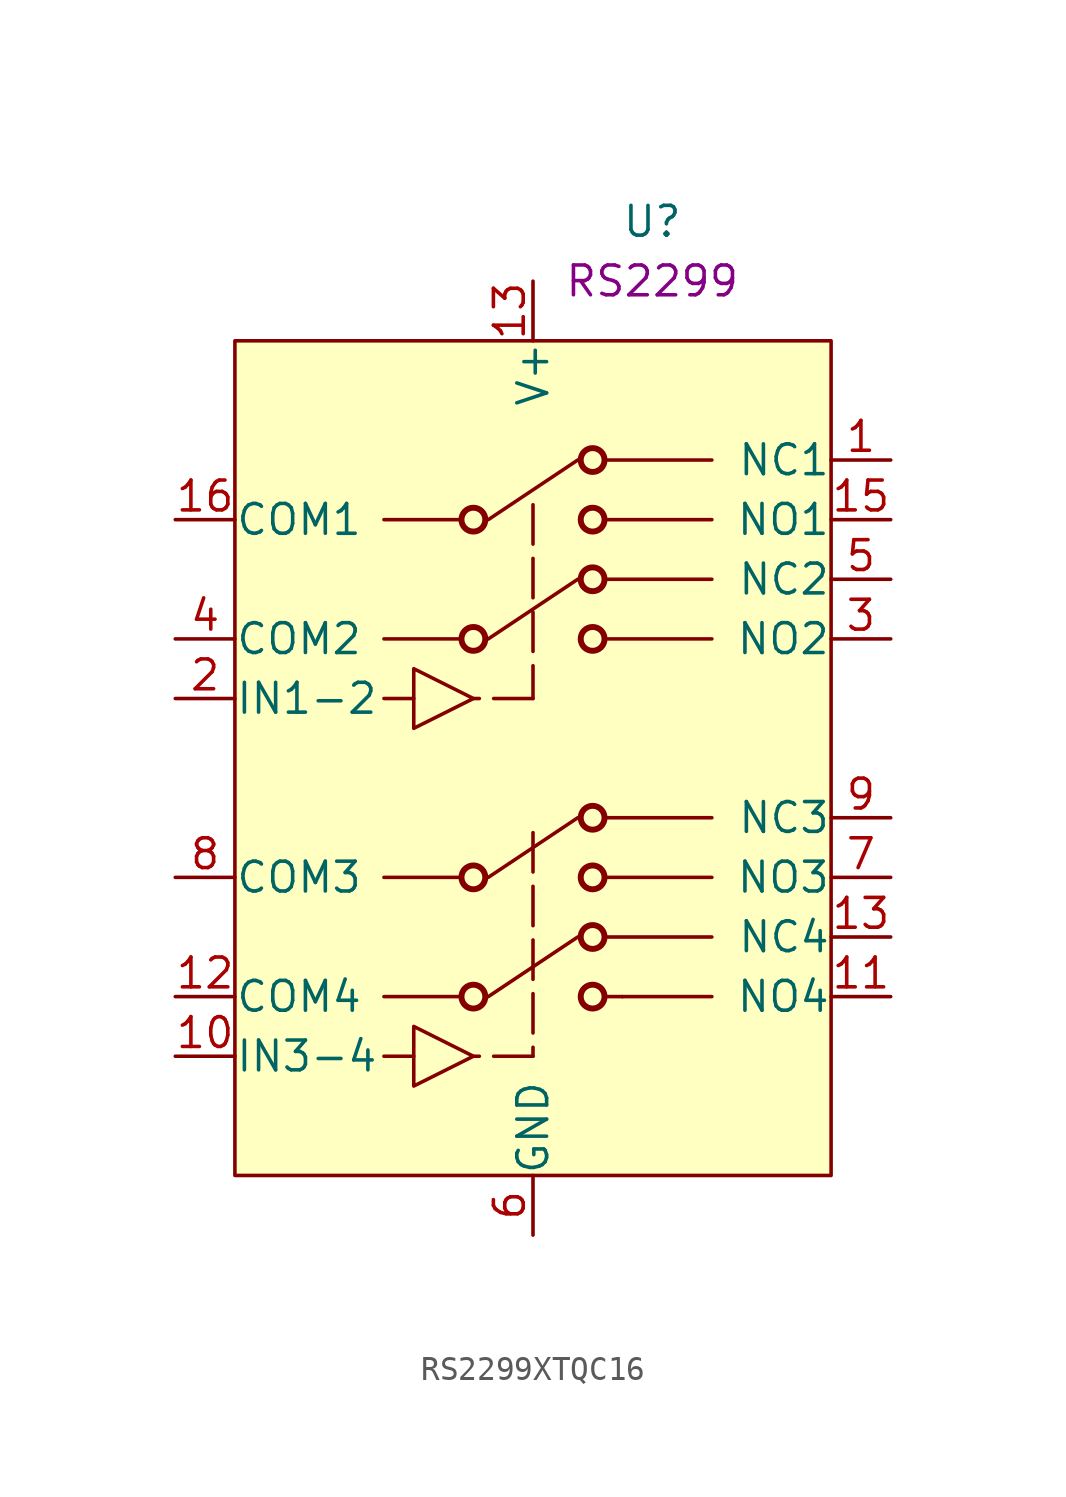
<source format=kicad_sym>
(kicad_symbol_lib
  (version 20220914)
  (generator kicad_symbol_editor)
  (symbol "RS2299XTQC16"
    (pin_names
      (offset 0.002))
    (property "Reference" "U"
      (at 5.08 22.86 0)
      (effects (font (size 1.27 1.27))))
    (property "UserValue" "RS2299"
      (at 5.08 20.32 0)
      (effects (font (size 1.27 1.27))))
    (symbol "RS2299XTQC16_0_0"
      (pin bidirectional line (at 15.24 12.7 180) (length 2.54) (name "NC1" (effects (font (size 1.27 1.27)))) (number "1" (effects (font (size 1.27 1.27)))))
      (pin input line (at -15.24 -12.7 0) (length 2.54) (name "IN3-4" (effects (font (size 1.27 1.27)))) (number "10" (effects (font (size 1.27 1.27)))))
      (pin bidirectional line (at 15.24 -10.16 180) (length 2.54) (name "NO4" (effects (font (size 1.27 1.27)))) (number "11" (effects (font (size 1.27 1.27)))))
      (pin bidirectional line (at 15.24 -7.62 180) (length 2.54) (name "NC4" (effects (font (size 1.27 1.27)))) (number "13" (effects (font (size 1.27 1.27)))))
      (pin bidirectional line (at 15.24 10.16 180) (length 2.54) (name "NO1" (effects (font (size 1.27 1.27)))) (number "15" (effects (font (size 1.27 1.27)))))
      (pin input line (at -15.24 2.54 0) (length 2.54) (name "IN1-2" (effects (font (size 1.27 1.27)))) (number "2" (effects (font (size 1.27 1.27)))))
      (pin bidirectional line (at 15.24 5.08 180) (length 2.54) (name "NO2" (effects (font (size 1.27 1.27)))) (number "3" (effects (font (size 1.27 1.27)))))
      (pin bidirectional line (at 15.24 7.62 180) (length 2.54) (name "NC2" (effects (font (size 1.27 1.27)))) (number "5" (effects (font (size 1.27 1.27)))))
      (pin bidirectional line (at 15.24 -5.08 180) (length 2.54) (name "NO3" (effects (font (size 1.27 1.27)))) (number "7" (effects (font (size 1.27 1.27)))))
      (pin bidirectional line (at 15.24 -2.54 180) (length 2.54) (name "NC3" (effects (font (size 1.27 1.27)))) (number "9" (effects (font (size 1.27 1.27))))))
    (symbol "RS2299XTQC16_1_0"
      (pin passive line (at -15.24 -10.16 0) (length 2.54) (name "COM4" (effects (font (size 1.27 1.27)))) (number "12" (effects (font (size 1.27 1.27)))))
      (pin power_in line (at 0 20.32 270) (length 2.54) (name "V+" (effects (font (size 1.27 1.27)))) (number "13" (effects (font (size 1.27 1.27)))))
      (pin passive line (at -15.24 10.16 0) (length 2.54) (name "COM1" (effects (font (size 1.27 1.27)))) (number "16" (effects (font (size 1.27 1.27)))))
      (pin passive line (at -15.24 5.08 0) (length 2.54) (name "COM2" (effects (font (size 1.27 1.27)))) (number "4" (effects (font (size 1.27 1.27)))))
      (pin power_in line (at 0 -20.32 90) (length 2.54) (name "GND" (effects (font (size 1.27 1.27)))) (number "6" (effects (font (size 1.27 1.27)))))
      (pin passive line (at -15.24 -5.08 0) (length 2.54) (name "COM3" (effects (font (size 1.27 1.27)))) (number "8" (effects (font (size 1.27 1.27))))))
    (symbol "RS2299XTQC16_1_1"
      (rectangle (start -12.7 17.78) (end 12.7 -17.78) (stroke (width 0) (type default)) (fill (type background)))
      (circle (center -2.54 -10.16) (radius 0.508) (stroke (width 0.254) (type default)) (fill (type none)))
      (circle (center -2.54 -5.08) (radius 0.508) (stroke (width 0.254) (type default)) (fill (type none)))
      (circle (center -2.54 5.08) (radius 0.508) (stroke (width 0.254) (type default)) (fill (type none)))
      (circle (center -2.54 10.16) (radius 0.508) (stroke (width 0.254) (type default)) (fill (type none)))
      (polyline (pts (xy -5.08 -12.7) (xy -6.35 -12.7)) (stroke (width 0) (type default)) (fill (type none)))
      (polyline (pts (xy -5.08 2.54) (xy -6.35 2.54)) (stroke (width 0) (type default)) (fill (type none)))
      (polyline (pts (xy -3.048 -10.16) (xy -6.35 -10.16)) (stroke (width 0) (type default)) (fill (type none)))
      (polyline (pts (xy -3.048 -5.08) (xy -6.35 -5.08)) (stroke (width 0) (type default)) (fill (type none)))
      (polyline (pts (xy -3.048 5.08) (xy -6.35 5.08)) (stroke (width 0) (type default)) (fill (type none)))
      (polyline (pts (xy -3.048 10.16) (xy -6.35 10.16)) (stroke (width 0) (type default)) (fill (type none)))
      (polyline (pts (xy 0 -12.7) (xy -2.54 -12.7)) (stroke (width 0) (type dash)) (fill (type none)))
      (polyline (pts (xy 0 -3.175) (xy 0 -12.7)) (stroke (width 0) (type dash)) (fill (type none)))
      (polyline (pts (xy 0 2.54) (xy -2.54 2.54)) (stroke (width 0) (type dash)) (fill (type none)))
      (polyline (pts (xy 0 10.795) (xy 0 2.54)) (stroke (width 0) (type dash)) (fill (type none)))
      (polyline (pts (xy 1.905 -7.62) (xy -1.905 -10.16)) (stroke (width 0) (type default)) (fill (type none)))
      (polyline (pts (xy 1.905 -2.54) (xy -1.905 -5.08)) (stroke (width 0) (type default)) (fill (type none)))
      (polyline (pts (xy 1.905 7.62) (xy -1.905 5.08)) (stroke (width 0) (type default)) (fill (type none)))
      (polyline (pts (xy 1.905 12.7) (xy -1.905 10.16)) (stroke (width 0) (type default)) (fill (type none)))
      (polyline (pts (xy 3.175 -10.16) (xy 7.62 -10.16)) (stroke (width 0) (type default)) (fill (type none)))
      (polyline (pts (xy 3.81 -10.16) (xy 3.81 -10.16)) (stroke (width 0) (type default)) (fill (type none)))
      (polyline (pts (xy 7.62 -7.62) (xy 3.175 -7.62)) (stroke (width 0) (type default)) (fill (type none)))
      (polyline (pts (xy 7.62 -5.08) (xy 3.175 -5.08)) (stroke (width 0) (type default)) (fill (type none)))
      (polyline (pts (xy 7.62 -2.54) (xy 3.175 -2.54)) (stroke (width 0) (type default)) (fill (type none)))
      (polyline (pts (xy 7.62 5.08) (xy 3.175 5.08)) (stroke (width 0) (type default)) (fill (type none)))
      (polyline (pts (xy 7.62 7.62) (xy 3.175 7.62)) (stroke (width 0) (type default)) (fill (type none)))
      (polyline (pts (xy 7.62 10.16) (xy 3.175 10.16)) (stroke (width 0) (type default)) (fill (type none)))
      (polyline (pts (xy 7.62 12.7) (xy 3.175 12.7)) (stroke (width 0) (type default)) (fill (type none)))
      (polyline (pts (xy -2.54 -12.7) (xy -5.08 -11.43) (xy -5.08 -13.97) (xy -2.54 -12.7)) (stroke (width 0) (type default)) (fill (type none)))
      (polyline (pts (xy -2.54 2.54) (xy -5.08 3.81) (xy -5.08 1.27) (xy -2.54 2.54)) (stroke (width 0) (type default)) (fill (type none)))
      (circle (center 2.54 -10.16) (radius 0.508) (stroke (width 0.254) (type default)) (fill (type none)))
      (circle (center 2.54 -7.62) (radius 0.508) (stroke (width 0.254) (type default)) (fill (type none)))
      (circle (center 2.54 -5.08) (radius 0.508) (stroke (width 0.254) (type default)) (fill (type none)))
      (circle (center 2.54 -2.54) (radius 0.508) (stroke (width 0.254) (type default)) (fill (type none)))
      (circle (center 2.54 5.08) (radius 0.508) (stroke (width 0.254) (type default)) (fill (type none)))
      (circle (center 2.54 7.62) (radius 0.508) (stroke (width 0.254) (type default)) (fill (type none)))
      (circle (center 2.54 10.16) (radius 0.508) (stroke (width 0.254) (type default)) (fill (type none)))
      (circle (center 2.54 12.7) (radius 0.508) (stroke (width 0.254) (type default)) (fill (type none))))))
</source>
